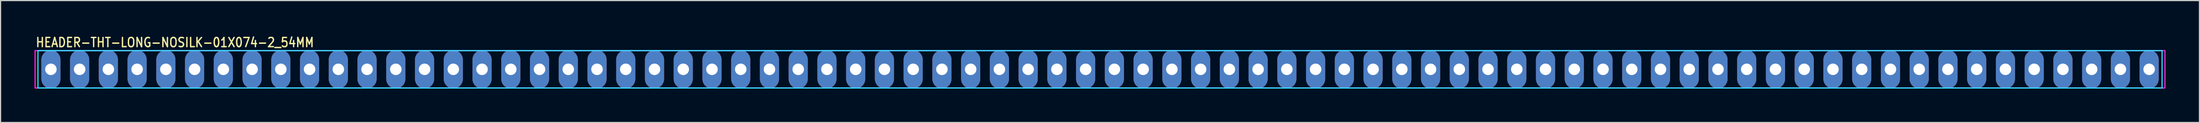
<source format=kicad_pcb>
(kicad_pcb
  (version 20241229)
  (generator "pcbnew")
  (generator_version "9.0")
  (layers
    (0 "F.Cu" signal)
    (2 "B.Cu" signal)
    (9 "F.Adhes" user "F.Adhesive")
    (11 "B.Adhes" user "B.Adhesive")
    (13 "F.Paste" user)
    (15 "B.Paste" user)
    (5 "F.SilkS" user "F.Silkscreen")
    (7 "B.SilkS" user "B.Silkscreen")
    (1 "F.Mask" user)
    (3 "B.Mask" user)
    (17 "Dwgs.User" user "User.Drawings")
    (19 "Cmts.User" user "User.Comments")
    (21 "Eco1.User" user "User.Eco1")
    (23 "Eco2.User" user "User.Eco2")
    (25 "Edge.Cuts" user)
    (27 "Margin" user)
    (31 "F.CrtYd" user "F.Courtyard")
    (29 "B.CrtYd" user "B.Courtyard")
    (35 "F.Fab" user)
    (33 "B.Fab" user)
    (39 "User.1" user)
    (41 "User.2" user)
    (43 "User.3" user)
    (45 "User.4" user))
  (footprint "HEADER-THT-LONG-NOSILK-01X074-2_54MM"
    (layer "F.Cu")
    (at 1.447 3.079)
    (property "Reference" "HEADER-THT-LONG-NOSILK-01X074-2_54MM" (at -1.4 -1.9 0) (unlocked yes) (layer "F.SilkS") (effects (font (size 0.813 0.695) (thickness 0.122)) (justify left bottom)))
    (fp_poly (pts (xy -1.143 -1.651) (xy 186.563 -1.651) (xy 186.563 1.651) (xy -1.143 1.651)) (stroke (width 0.1) (type solid)) (fill no) (layer "B.CrtYd"))
    (fp_poly (pts (xy -1.397 -1.651) (xy 186.817 -1.651) (xy 186.817 1.651) (xy -1.397 1.651)) (stroke (width 0.1) (type solid)) (fill no) (layer "F.CrtYd"))
    (pad "1" thru_hole oval (at 0 0 90) (size 3.387 1.693) (drill 1.016) (layers "*.Cu" "*.Mask"))
    (pad "2" thru_hole oval (at 2.54 0 90) (size 3.387 1.693) (drill 1.016) (layers "*.Cu" "*.Mask"))
    (pad "3" thru_hole oval (at 5.08 0 90) (size 3.387 1.693) (drill 1.016) (layers "*.Cu" "*.Mask"))
    (pad "4" thru_hole oval (at 7.62 0 90) (size 3.387 1.693) (drill 1.016) (layers "*.Cu" "*.Mask"))
    (pad "5" thru_hole oval (at 10.16 0 90) (size 3.387 1.693) (drill 1.016) (layers "*.Cu" "*.Mask"))
    (pad "6" thru_hole oval (at 12.7 0 90) (size 3.387 1.693) (drill 1.016) (layers "*.Cu" "*.Mask"))
    (pad "7" thru_hole oval (at 15.24 0 90) (size 3.387 1.693) (drill 1.016) (layers "*.Cu" "*.Mask"))
    (pad "8" thru_hole oval (at 17.78 0 90) (size 3.387 1.693) (drill 1.016) (layers "*.Cu" "*.Mask"))
    (pad "9" thru_hole oval (at 20.32 0 90) (size 3.387 1.693) (drill 1.016) (layers "*.Cu" "*.Mask"))
    (pad "10" thru_hole oval (at 22.86 0 90) (size 3.387 1.693) (drill 1.016) (layers "*.Cu" "*.Mask"))
    (pad "11" thru_hole oval (at 25.4 0 90) (size 3.387 1.693) (drill 1.016) (layers "*.Cu" "*.Mask"))
    (pad "12" thru_hole oval (at 27.94 0 90) (size 3.387 1.693) (drill 1.016) (layers "*.Cu" "*.Mask"))
    (pad "13" thru_hole oval (at 30.48 0 90) (size 3.387 1.693) (drill 1.016) (layers "*.Cu" "*.Mask"))
    (pad "14" thru_hole oval (at 33.02 0 90) (size 3.387 1.693) (drill 1.016) (layers "*.Cu" "*.Mask"))
    (pad "15" thru_hole oval (at 35.56 0 90) (size 3.387 1.693) (drill 1.016) (layers "*.Cu" "*.Mask"))
    (pad "16" thru_hole oval (at 38.1 0 90) (size 3.387 1.693) (drill 1.016) (layers "*.Cu" "*.Mask"))
    (pad "17" thru_hole oval (at 40.64 0 90) (size 3.387 1.693) (drill 1.016) (layers "*.Cu" "*.Mask"))
    (pad "18" thru_hole oval (at 43.18 0 90) (size 3.387 1.693) (drill 1.016) (layers "*.Cu" "*.Mask"))
    (pad "19" thru_hole oval (at 45.72 0 90) (size 3.387 1.693) (drill 1.016) (layers "*.Cu" "*.Mask"))
    (pad "20" thru_hole oval (at 48.26 0 90) (size 3.387 1.693) (drill 1.016) (layers "*.Cu" "*.Mask"))
    (pad "21" thru_hole oval (at 50.8 0 90) (size 3.387 1.693) (drill 1.016) (layers "*.Cu" "*.Mask"))
    (pad "22" thru_hole oval (at 53.34 0 90) (size 3.387 1.693) (drill 1.016) (layers "*.Cu" "*.Mask"))
    (pad "23" thru_hole oval (at 55.88 0 90) (size 3.387 1.693) (drill 1.016) (layers "*.Cu" "*.Mask"))
    (pad "24" thru_hole oval (at 58.42 0 90) (size 3.387 1.693) (drill 1.016) (layers "*.Cu" "*.Mask"))
    (pad "25" thru_hole oval (at 60.96 0 90) (size 3.387 1.693) (drill 1.016) (layers "*.Cu" "*.Mask"))
    (pad "26" thru_hole oval (at 63.5 0 90) (size 3.387 1.693) (drill 1.016) (layers "*.Cu" "*.Mask"))
    (pad "27" thru_hole oval (at 66.04 0 90) (size 3.387 1.693) (drill 1.016) (layers "*.Cu" "*.Mask"))
    (pad "28" thru_hole oval (at 68.58 0 90) (size 3.387 1.693) (drill 1.016) (layers "*.Cu" "*.Mask"))
    (pad "29" thru_hole oval (at 71.12 0 90) (size 3.387 1.693) (drill 1.016) (layers "*.Cu" "*.Mask"))
    (pad "30" thru_hole oval (at 73.66 0 90) (size 3.387 1.693) (drill 1.016) (layers "*.Cu" "*.Mask"))
    (pad "31" thru_hole oval (at 76.2 0 90) (size 3.387 1.693) (drill 1.016) (layers "*.Cu" "*.Mask"))
    (pad "32" thru_hole oval (at 78.74 0 90) (size 3.387 1.693) (drill 1.016) (layers "*.Cu" "*.Mask"))
    (pad "33" thru_hole oval (at 81.28 0 90) (size 3.387 1.693) (drill 1.016) (layers "*.Cu" "*.Mask"))
    (pad "34" thru_hole oval (at 83.82 0 90) (size 3.387 1.693) (drill 1.016) (layers "*.Cu" "*.Mask"))
    (pad "35" thru_hole oval (at 86.36 0 90) (size 3.387 1.693) (drill 1.016) (layers "*.Cu" "*.Mask"))
    (pad "36" thru_hole oval (at 88.9 0 90) (size 3.387 1.693) (drill 1.016) (layers "*.Cu" "*.Mask"))
    (pad "37" thru_hole oval (at 91.44 0 90) (size 3.387 1.693) (drill 1.016) (layers "*.Cu" "*.Mask"))
    (pad "38" thru_hole oval (at 93.98 0 90) (size 3.387 1.693) (drill 1.016) (layers "*.Cu" "*.Mask"))
    (pad "39" thru_hole oval (at 96.52 0 90) (size 3.387 1.693) (drill 1.016) (layers "*.Cu" "*.Mask"))
    (pad "40" thru_hole oval (at 99.06 0 90) (size 3.387 1.693) (drill 1.016) (layers "*.Cu" "*.Mask"))
    (pad "41" thru_hole oval (at 101.6 0 90) (size 3.387 1.693) (drill 1.016) (layers "*.Cu" "*.Mask"))
    (pad "42" thru_hole oval (at 104.14 0 90) (size 3.387 1.693) (drill 1.016) (layers "*.Cu" "*.Mask"))
    (pad "43" thru_hole oval (at 106.68 0 90) (size 3.387 1.693) (drill 1.016) (layers "*.Cu" "*.Mask"))
    (pad "44" thru_hole oval (at 109.22 0 90) (size 3.387 1.693) (drill 1.016) (layers "*.Cu" "*.Mask"))
    (pad "45" thru_hole oval (at 111.76 0 90) (size 3.387 1.693) (drill 1.016) (layers "*.Cu" "*.Mask"))
    (pad "46" thru_hole oval (at 114.3 0 90) (size 3.387 1.693) (drill 1.016) (layers "*.Cu" "*.Mask"))
    (pad "47" thru_hole oval (at 116.84 0 90) (size 3.387 1.693) (drill 1.016) (layers "*.Cu" "*.Mask"))
    (pad "48" thru_hole oval (at 119.38 0 90) (size 3.387 1.693) (drill 1.016) (layers "*.Cu" "*.Mask"))
    (pad "49" thru_hole oval (at 121.92 0 90) (size 3.387 1.693) (drill 1.016) (layers "*.Cu" "*.Mask"))
    (pad "50" thru_hole oval (at 124.46 0 90) (size 3.387 1.693) (drill 1.016) (layers "*.Cu" "*.Mask"))
    (pad "51" thru_hole oval (at 127 0 90) (size 3.387 1.693) (drill 1.016) (layers "*.Cu" "*.Mask"))
    (pad "52" thru_hole oval (at 129.54 0 90) (size 3.387 1.693) (drill 1.016) (layers "*.Cu" "*.Mask"))
    (pad "53" thru_hole oval (at 132.08 0 90) (size 3.387 1.693) (drill 1.016) (layers "*.Cu" "*.Mask"))
    (pad "54" thru_hole oval (at 134.62 0 90) (size 3.387 1.693) (drill 1.016) (layers "*.Cu" "*.Mask"))
    (pad "55" thru_hole oval (at 137.16 0 90) (size 3.387 1.693) (drill 1.016) (layers "*.Cu" "*.Mask"))
    (pad "56" thru_hole oval (at 139.7 0 90) (size 3.387 1.693) (drill 1.016) (layers "*.Cu" "*.Mask"))
    (pad "57" thru_hole oval (at 142.24 0 90) (size 3.387 1.693) (drill 1.016) (layers "*.Cu" "*.Mask"))
    (pad "58" thru_hole oval (at 144.78 0 90) (size 3.387 1.693) (drill 1.016) (layers "*.Cu" "*.Mask"))
    (pad "59" thru_hole oval (at 147.32 0 90) (size 3.387 1.693) (drill 1.016) (layers "*.Cu" "*.Mask"))
    (pad "60" thru_hole oval (at 149.86 0 90) (size 3.387 1.693) (drill 1.016) (layers "*.Cu" "*.Mask"))
    (pad "61" thru_hole oval (at 152.4 0 90) (size 3.387 1.693) (drill 1.016) (layers "*.Cu" "*.Mask"))
    (pad "62" thru_hole oval (at 154.94 0 90) (size 3.387 1.693) (drill 1.016) (layers "*.Cu" "*.Mask"))
    (pad "63" thru_hole oval (at 157.48 0 90) (size 3.387 1.693) (drill 1.016) (layers "*.Cu" "*.Mask"))
    (pad "64" thru_hole oval (at 160.02 0 90) (size 3.387 1.693) (drill 1.016) (layers "*.Cu" "*.Mask"))
    (pad "65" thru_hole oval (at 162.56 0 90) (size 3.387 1.693) (drill 1.016) (layers "*.Cu" "*.Mask"))
    (pad "66" thru_hole oval (at 165.1 0 90) (size 3.387 1.693) (drill 1.016) (layers "*.Cu" "*.Mask"))
    (pad "67" thru_hole oval (at 167.64 0 90) (size 3.387 1.693) (drill 1.016) (layers "*.Cu" "*.Mask"))
    (pad "68" thru_hole oval (at 170.18 0 90) (size 3.387 1.693) (drill 1.016) (layers "*.Cu" "*.Mask"))
    (pad "69" thru_hole oval (at 172.72 0 90) (size 3.387 1.693) (drill 1.016) (layers "*.Cu" "*.Mask"))
    (pad "70" thru_hole oval (at 175.26 0 90) (size 3.387 1.693) (drill 1.016) (layers "*.Cu" "*.Mask"))
    (pad "71" thru_hole oval (at 177.8 0 90) (size 3.387 1.693) (drill 1.016) (layers "*.Cu" "*.Mask"))
    (pad "72" thru_hole oval (at 180.34 0 90) (size 3.387 1.693) (drill 1.016) (layers "*.Cu" "*.Mask"))
    (pad "73" thru_hole oval (at 182.88 0 90) (size 3.387 1.693) (drill 1.016) (layers "*.Cu" "*.Mask"))
    (pad "74" thru_hole oval (at 185.42 0 90) (size 3.387 1.693) (drill 1.016) (layers "*.Cu" "*.Mask")))
  (gr_rect
    (start -3 -3)
    (end 191.314 7.78)
    (stroke (width 0.1) (type default))
    (fill no)
    (layer "Edge.Cuts")))
</source>
